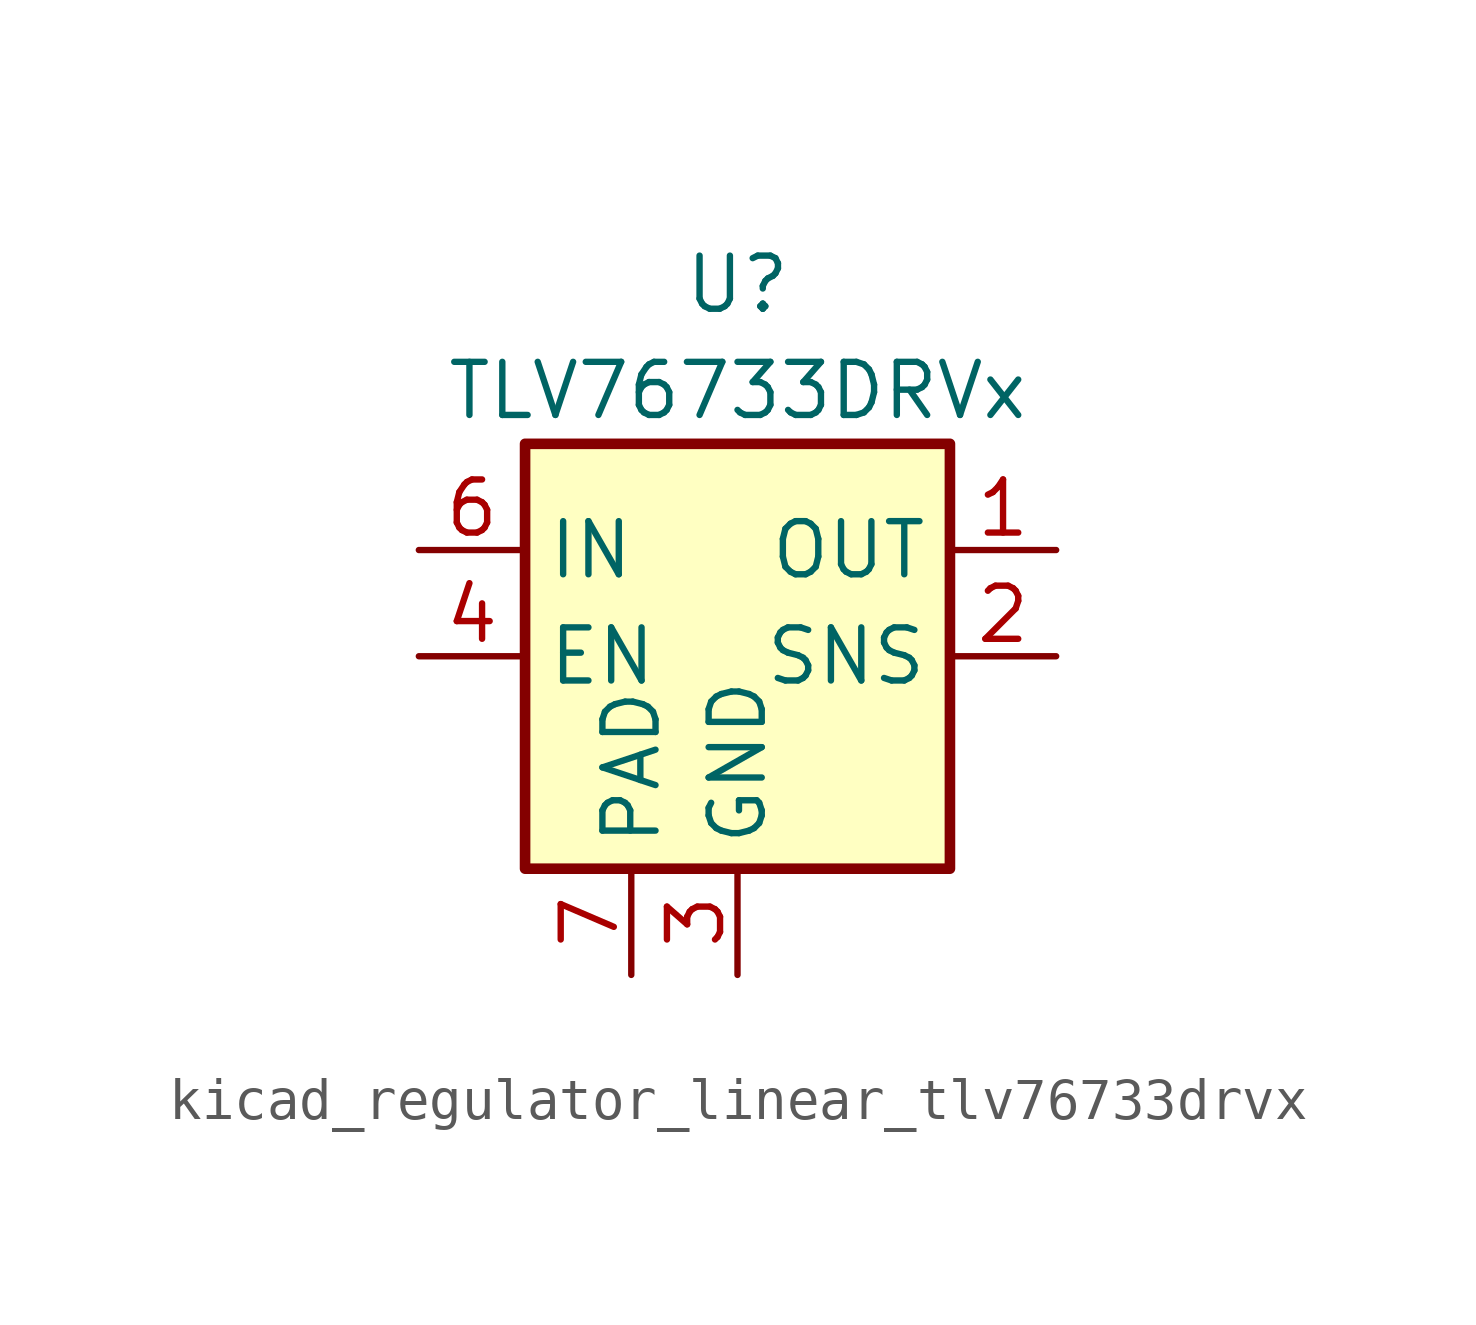
<source format=kicad_sym>
(kicad_symbol_lib
  (version 20220914)
  (generator kicad_symbol_editor)
  (symbol "kicad_regulator_linear_tlv76733drvx"
    (property "Reference" "U"
      (at 0 8.89 0)
      (effects (font (size 1.27 1.27))))
    (property "Value" "TLV76733DRVx"
      (at 0 6.35 0)
      (effects (font (size 1.27 1.27))))
    (symbol "kicad_regulator_linear_tlv76733drvx_0_1"
      (rectangle (start -5.08 -5.08) (end 5.08 5.08) (stroke (width 0.254) (type default)) (fill (type background))))
    (symbol "kicad_regulator_linear_tlv76733drvx_1_1"
      (pin power_out line (at 7.62 2.54 180) (length 2.54) (name "OUT" (effects (font (size 1.27 1.27)))) (number "1" (effects (font (size 1.27 1.27)))))
      (pin input line (at 7.62 0 180) (length 2.54) (name "SNS" (effects (font (size 1.27 1.27)))) (number "2" (effects (font (size 1.27 1.27)))))
      (pin power_in line (at 0 -7.62 90) (length 2.54) (name "GND" (effects (font (size 1.27 1.27)))) (number "3" (effects (font (size 1.27 1.27)))))
      (pin input line (at -7.62 0 0) (length 2.54) (name "EN" (effects (font (size 1.27 1.27)))) (number "4" (effects (font (size 1.27 1.27)))))
      (pin passive line (at 0 -7.62 90) (length 2.54) hide (name "GND" (effects (font (size 1.27 1.27)))) (number "5" (effects (font (size 1.27 1.27)))))
      (pin power_in line (at -7.62 2.54 0) (length 2.54) (name "IN" (effects (font (size 1.27 1.27)))) (number "6" (effects (font (size 1.27 1.27)))))
      (pin passive line (at -2.54 -7.62 90) (length 2.54) (name "PAD" (effects (font (size 1.27 1.27)))) (number "7" (effects (font (size 1.27 1.27))))))))
</source>
